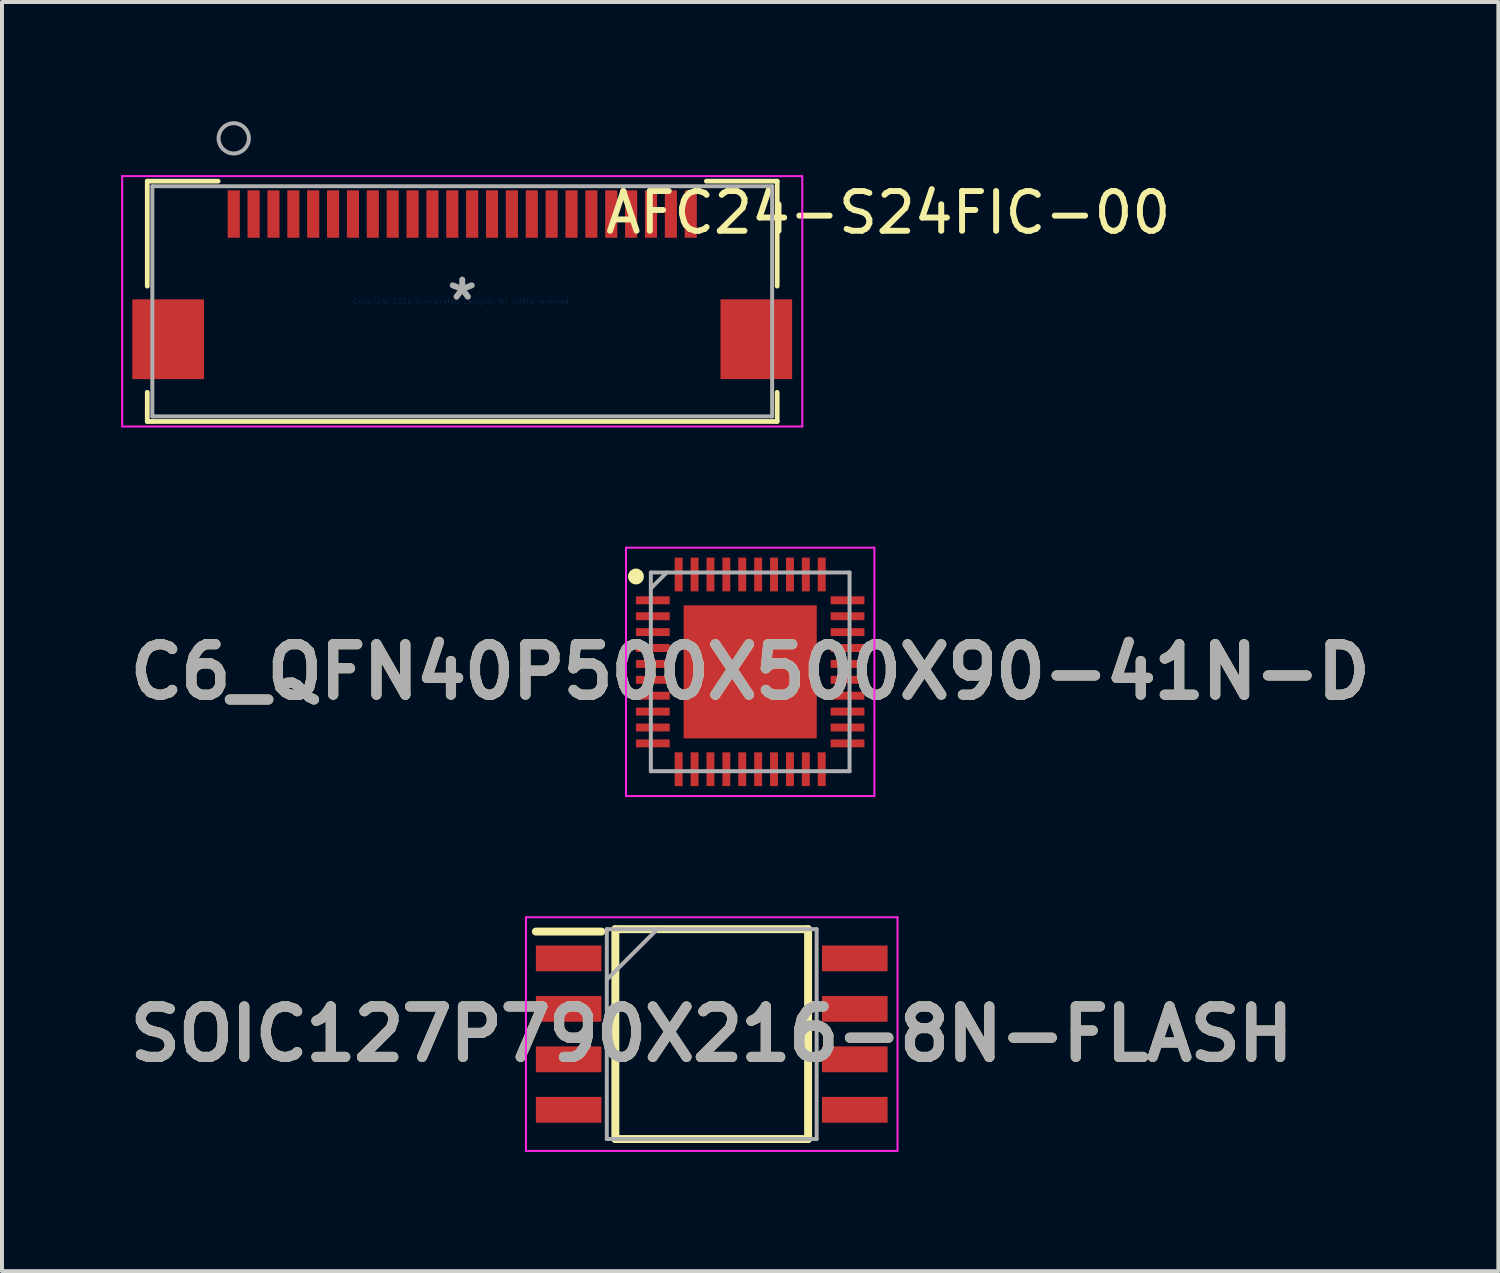
<source format=kicad_pcb>
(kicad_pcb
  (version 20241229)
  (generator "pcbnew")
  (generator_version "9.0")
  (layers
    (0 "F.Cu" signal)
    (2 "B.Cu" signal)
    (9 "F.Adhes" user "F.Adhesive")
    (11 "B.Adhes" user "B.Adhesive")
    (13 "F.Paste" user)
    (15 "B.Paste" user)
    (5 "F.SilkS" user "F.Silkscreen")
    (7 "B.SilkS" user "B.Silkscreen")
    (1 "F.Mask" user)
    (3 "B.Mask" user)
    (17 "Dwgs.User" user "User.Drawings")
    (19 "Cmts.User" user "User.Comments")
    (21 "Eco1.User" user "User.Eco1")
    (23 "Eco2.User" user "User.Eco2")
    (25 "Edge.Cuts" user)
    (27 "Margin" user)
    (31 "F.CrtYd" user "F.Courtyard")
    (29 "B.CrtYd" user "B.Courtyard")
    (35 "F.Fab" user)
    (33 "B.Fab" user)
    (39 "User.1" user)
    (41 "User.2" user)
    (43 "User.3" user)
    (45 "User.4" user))
  (footprint "AFC24-S24FIC-00"
    (layer "F.Cu")
    (at 8.581 4.532)
    (property "Reference" "AFC24-S24FIC-00" (at 10.72 -2.23 180) (layer "F.SilkS") (effects (font (size 1 1) (thickness 0.15))))
    (attr through_hole)
    (fp_line (start -7.925 -3.023) (end -7.925 -0.382) (stroke (width 0.12) (type solid)) (layer "F.SilkS"))
    (fp_line (start -7.925 2.29) (end -7.925 3.023) (stroke (width 0.12) (type solid)) (layer "F.SilkS"))
    (fp_line (start -7.925 3.023) (end 7.925 3.023) (stroke (width 0.12) (type solid)) (layer "F.SilkS"))
    (fp_line (start -6.143 -3.023) (end -7.925 -3.023) (stroke (width 0.12) (type solid)) (layer "F.SilkS"))
    (fp_line (start 7.925 -3.023) (end 6.143 -3.023) (stroke (width 0.12) (type solid)) (layer "F.SilkS"))
    (fp_line (start 7.925 -0.382) (end 7.925 -3.023) (stroke (width 0.12) (type solid)) (layer "F.SilkS"))
    (fp_line (start 7.925 3.023) (end 7.925 2.29) (stroke (width 0.12) (type solid)) (layer "F.SilkS"))
    (fp_line (start -8.556 -3.15) (end -8.556 3.15) (stroke (width 0.05) (type solid)) (layer "F.CrtYd"))
    (fp_line (start -8.556 3.15) (end 8.556 3.15) (stroke (width 0.05) (type solid)) (layer "F.CrtYd"))
    (fp_line (start 8.556 -3.15) (end -8.556 -3.15) (stroke (width 0.05) (type solid)) (layer "F.CrtYd"))
    (fp_line (start 8.556 3.15) (end 8.556 -3.15) (stroke (width 0.05) (type solid)) (layer "F.CrtYd"))
    (fp_line (start -7.798 -2.896) (end -7.798 2.896) (stroke (width 0.1) (type solid)) (layer "F.Fab"))
    (fp_line (start -7.798 2.896) (end 7.798 2.896) (stroke (width 0.1) (type solid)) (layer "F.Fab"))
    (fp_line (start 7.798 -2.896) (end -7.798 -2.896) (stroke (width 0.1) (type solid)) (layer "F.Fab"))
    (fp_line (start 7.798 2.896) (end 7.798 -2.896) (stroke (width 0.1) (type solid)) (layer "F.Fab"))
    (fp_circle (center -5.75 -4.101) (end -5.369 -4.101) (stroke (width 0.1) (type solid)) (fill no) (layer "F.Fab"))
    (fp_text user "Copyright 2021 Accelerated Designs. All rights reserved." (at 0 0 0) (layer "Cmts.User") (effects (font (size 0.127 0.127) (thickness 0.002))))
    (fp_text user "*" (at 0 0 0) (layer "F.Fab") (effects (font (size 1 1) (thickness 0.15))))
    (pad "1" smd rect (at -5.75 -2.196) (size 0.305 1.194) (layers "F.Cu" "F.Mask" "F.Paste"))
    (pad "2" smd rect (at -5.25 -2.196) (size 0.305 1.194) (layers "F.Cu" "F.Mask" "F.Paste"))
    (pad "3" smd rect (at -4.75 -2.196) (size 0.305 1.194) (layers "F.Cu" "F.Mask" "F.Paste"))
    (pad "4" smd rect (at -4.25 -2.196) (size 0.305 1.194) (layers "F.Cu" "F.Mask" "F.Paste"))
    (pad "5" smd rect (at -3.75 -2.196) (size 0.305 1.194) (layers "F.Cu" "F.Mask" "F.Paste"))
    (pad "6" smd rect (at -3.25 -2.196) (size 0.305 1.194) (layers "F.Cu" "F.Mask" "F.Paste"))
    (pad "7" smd rect (at -2.75 -2.196) (size 0.305 1.194) (layers "F.Cu" "F.Mask" "F.Paste"))
    (pad "8" smd rect (at -2.25 -2.196) (size 0.305 1.194) (layers "F.Cu" "F.Mask" "F.Paste"))
    (pad "9" smd rect (at -1.75 -2.196) (size 0.305 1.194) (layers "F.Cu" "F.Mask" "F.Paste"))
    (pad "10" smd rect (at -1.25 -2.196) (size 0.305 1.194) (layers "F.Cu" "F.Mask" "F.Paste"))
    (pad "11" smd rect (at -0.75 -2.196) (size 0.305 1.194) (layers "F.Cu" "F.Mask" "F.Paste"))
    (pad "12" smd rect (at -0.25 -2.196) (size 0.305 1.194) (layers "F.Cu" "F.Mask" "F.Paste"))
    (pad "13" smd rect (at 0.25 -2.196) (size 0.305 1.194) (layers "F.Cu" "F.Mask" "F.Paste"))
    (pad "14" smd rect (at 0.75 -2.196) (size 0.305 1.194) (layers "F.Cu" "F.Mask" "F.Paste"))
    (pad "15" smd rect (at 1.25 -2.196) (size 0.305 1.194) (layers "F.Cu" "F.Mask" "F.Paste"))
    (pad "16" smd rect (at 1.75 -2.196) (size 0.305 1.194) (layers "F.Cu" "F.Mask" "F.Paste"))
    (pad "17" smd rect (at 2.25 -2.196) (size 0.305 1.194) (layers "F.Cu" "F.Mask" "F.Paste"))
    (pad "18" smd rect (at 2.75 -2.196) (size 0.305 1.194) (layers "F.Cu" "F.Mask" "F.Paste"))
    (pad "19" smd rect (at 3.25 -2.196) (size 0.305 1.194) (layers "F.Cu" "F.Mask" "F.Paste"))
    (pad "20" smd rect (at 3.75 -2.196) (size 0.305 1.194) (layers "F.Cu" "F.Mask" "F.Paste"))
    (pad "21" smd rect (at 4.25 -2.196) (size 0.305 1.194) (layers "F.Cu" "F.Mask" "F.Paste"))
    (pad "22" smd rect (at 4.75 -2.196) (size 0.305 1.194) (layers "F.Cu" "F.Mask" "F.Paste"))
    (pad "23" smd rect (at 5.25 -2.196) (size 0.305 1.194) (layers "F.Cu" "F.Mask" "F.Paste"))
    (pad "24" smd rect (at 5.75 -2.196) (size 0.305 1.194) (layers "F.Cu" "F.Mask" "F.Paste"))
    (pad "25" smd rect (at -7.4 0.954) (size 1.803 2.007) (layers "F.Cu" "F.Mask" "F.Paste"))
    (pad "26" smd rect (at 7.4 0.954) (size 1.803 2.007) (layers "F.Cu" "F.Mask" "F.Paste")))
  (footprint "SOIC127P790X216-8N-FLASH"
    (layer "F.Cu")
    (at 14.859 22.971)
    (property "Reference" "SOIC127P790X216-8N-FLASH" (at 0 0 0) (layer "F.SilkS") (effects (font (size 1.27 1.27) (thickness 0.254))))
    (attr smd)
    (fp_line (start -4.425 -2.58) (end -2.775 -2.58) (stroke (width 0.2) (type solid)) (layer "F.SilkS"))
    (fp_line (start -2.425 -2.64) (end 2.425 -2.64) (stroke (width 0.2) (type solid)) (layer "F.SilkS"))
    (fp_line (start -2.425 2.64) (end -2.425 -2.64) (stroke (width 0.2) (type solid)) (layer "F.SilkS"))
    (fp_line (start 2.425 -2.64) (end 2.425 2.64) (stroke (width 0.2) (type solid)) (layer "F.SilkS"))
    (fp_line (start 2.425 2.64) (end -2.425 2.64) (stroke (width 0.2) (type solid)) (layer "F.SilkS"))
    (fp_line (start -4.675 -2.94) (end 4.675 -2.94) (stroke (width 0.05) (type solid)) (layer "F.CrtYd"))
    (fp_line (start -4.675 2.94) (end -4.675 -2.94) (stroke (width 0.05) (type solid)) (layer "F.CrtYd"))
    (fp_line (start 4.675 -2.94) (end 4.675 2.94) (stroke (width 0.05) (type solid)) (layer "F.CrtYd"))
    (fp_line (start 4.675 2.94) (end -4.675 2.94) (stroke (width 0.05) (type solid)) (layer "F.CrtYd"))
    (fp_line (start -2.64 -2.64) (end 2.64 -2.64) (stroke (width 0.1) (type solid)) (layer "F.Fab"))
    (fp_line (start -2.64 -1.37) (end -1.37 -2.64) (stroke (width 0.1) (type solid)) (layer "F.Fab"))
    (fp_line (start -2.64 2.64) (end -2.64 -2.64) (stroke (width 0.1) (type solid)) (layer "F.Fab"))
    (fp_line (start 2.64 -2.64) (end 2.64 2.64) (stroke (width 0.1) (type solid)) (layer "F.Fab"))
    (fp_line (start 2.64 2.64) (end -2.64 2.64) (stroke (width 0.1) (type solid)) (layer "F.Fab"))
    (fp_text user "${REFERENCE}" (at 0 0 0) (layer "F.Fab") (effects (font (size 1.27 1.27) (thickness 0.254))))
    (pad "1" smd rect (at -3.6 -1.905 90) (size 0.65 1.65) (layers "F.Cu" "F.Mask" "F.Paste"))
    (pad "2" smd rect (at -3.6 -0.635 90) (size 0.65 1.65) (layers "F.Cu" "F.Mask" "F.Paste"))
    (pad "3" smd rect (at -3.6 0.635 90) (size 0.65 1.65) (layers "F.Cu" "F.Mask" "F.Paste"))
    (pad "4" smd rect (at -3.6 1.905 90) (size 0.65 1.65) (layers "F.Cu" "F.Mask" "F.Paste"))
    (pad "5" smd rect (at 3.6 1.905 90) (size 0.65 1.65) (layers "F.Cu" "F.Mask" "F.Paste"))
    (pad "6" smd rect (at 3.6 0.635 90) (size 0.65 1.65) (layers "F.Cu" "F.Mask" "F.Paste"))
    (pad "7" smd rect (at 3.6 -0.635 90) (size 0.65 1.65) (layers "F.Cu" "F.Mask" "F.Paste"))
    (pad "8" smd rect (at 3.6 -1.905 90) (size 0.65 1.65) (layers "F.Cu" "F.Mask" "F.Paste")))
  (footprint "C6_QFN40P500X500X90-41N-D"
    (layer "F.Cu")
    (at 15.827 13.856)
    (property "Reference" "C6_QFN40P500X500X90-41N-D" (at 0 0 0) (layer "F.SilkS") (effects (font (size 1.27 1.27) (thickness 0.254))))
    (attr smd)
    (fp_circle (center -2.875 -2.4) (end -2.875 -2.3) (stroke (width 0.2) (type solid)) (fill no) (layer "F.SilkS"))
    (fp_line (start -3.125 -3.125) (end 3.125 -3.125) (stroke (width 0.05) (type solid)) (layer "F.CrtYd"))
    (fp_line (start -3.125 3.125) (end -3.125 -3.125) (stroke (width 0.05) (type solid)) (layer "F.CrtYd"))
    (fp_line (start 3.125 -3.125) (end 3.125 3.125) (stroke (width 0.05) (type solid)) (layer "F.CrtYd"))
    (fp_line (start 3.125 3.125) (end -3.125 3.125) (stroke (width 0.05) (type solid)) (layer "F.CrtYd"))
    (fp_line (start -2.5 -2.5) (end 2.5 -2.5) (stroke (width 0.1) (type solid)) (layer "F.Fab"))
    (fp_line (start -2.5 -2.1) (end -2.1 -2.5) (stroke (width 0.1) (type solid)) (layer "F.Fab"))
    (fp_line (start -2.5 2.5) (end -2.5 -2.5) (stroke (width 0.1) (type solid)) (layer "F.Fab"))
    (fp_line (start 2.5 -2.5) (end 2.5 2.5) (stroke (width 0.1) (type solid)) (layer "F.Fab"))
    (fp_line (start 2.5 2.5) (end -2.5 2.5) (stroke (width 0.1) (type solid)) (layer "F.Fab"))
    (fp_text user "${REFERENCE}" (at 0 0 0) (layer "F.Fab") (effects (font (size 1.27 1.27) (thickness 0.254))))
    (pad "1" smd rect (at -2.45 -1.8 90) (size 0.2 0.85) (layers "F.Cu" "F.Mask" "F.Paste"))
    (pad "2" smd rect (at -2.45 -1.4 90) (size 0.2 0.85) (layers "F.Cu" "F.Mask" "F.Paste"))
    (pad "3" smd rect (at -2.45 -1 90) (size 0.2 0.85) (layers "F.Cu" "F.Mask" "F.Paste"))
    (pad "4" smd rect (at -2.45 -0.6 90) (size 0.2 0.85) (layers "F.Cu" "F.Mask" "F.Paste"))
    (pad "5" smd rect (at -2.45 -0.2 90) (size 0.2 0.85) (layers "F.Cu" "F.Mask" "F.Paste"))
    (pad "6" smd rect (at -2.45 0.2 90) (size 0.2 0.85) (layers "F.Cu" "F.Mask" "F.Paste"))
    (pad "7" smd rect (at -2.45 0.6 90) (size 0.2 0.85) (layers "F.Cu" "F.Mask" "F.Paste"))
    (pad "8" smd rect (at -2.45 1 90) (size 0.2 0.85) (layers "F.Cu" "F.Mask" "F.Paste"))
    (pad "9" smd rect (at -2.45 1.4 90) (size 0.2 0.85) (layers "F.Cu" "F.Mask" "F.Paste"))
    (pad "10" smd rect (at -2.45 1.8 90) (size 0.2 0.85) (layers "F.Cu" "F.Mask" "F.Paste"))
    (pad "11" smd rect (at -1.8 2.45) (size 0.2 0.85) (layers "F.Cu" "F.Mask" "F.Paste"))
    (pad "12" smd rect (at -1.4 2.45) (size 0.2 0.85) (layers "F.Cu" "F.Mask" "F.Paste"))
    (pad "13" smd rect (at -1 2.45) (size 0.2 0.85) (layers "F.Cu" "F.Mask" "F.Paste"))
    (pad "14" smd rect (at -0.6 2.45) (size 0.2 0.85) (layers "F.Cu" "F.Mask" "F.Paste"))
    (pad "15" smd rect (at -0.2 2.45) (size 0.2 0.85) (layers "F.Cu" "F.Mask" "F.Paste"))
    (pad "16" smd rect (at 0.2 2.45) (size 0.2 0.85) (layers "F.Cu" "F.Mask" "F.Paste"))
    (pad "17" smd rect (at 0.6 2.45) (size 0.2 0.85) (layers "F.Cu" "F.Mask" "F.Paste"))
    (pad "18" smd rect (at 1 2.45) (size 0.2 0.85) (layers "F.Cu" "F.Mask" "F.Paste"))
    (pad "19" smd rect (at 1.4 2.45) (size 0.2 0.85) (layers "F.Cu" "F.Mask" "F.Paste"))
    (pad "20" smd rect (at 1.8 2.45) (size 0.2 0.85) (layers "F.Cu" "F.Mask" "F.Paste"))
    (pad "21" smd rect (at 2.45 1.8 90) (size 0.2 0.85) (layers "F.Cu" "F.Mask" "F.Paste"))
    (pad "22" smd rect (at 2.45 1.4 90) (size 0.2 0.85) (layers "F.Cu" "F.Mask" "F.Paste"))
    (pad "23" smd rect (at 2.45 1 90) (size 0.2 0.85) (layers "F.Cu" "F.Mask" "F.Paste"))
    (pad "24" smd rect (at 2.45 0.6 90) (size 0.2 0.85) (layers "F.Cu" "F.Mask" "F.Paste"))
    (pad "25" smd rect (at 2.45 0.2 90) (size 0.2 0.85) (layers "F.Cu" "F.Mask" "F.Paste"))
    (pad "26" smd rect (at 2.45 -0.2 90) (size 0.2 0.85) (layers "F.Cu" "F.Mask" "F.Paste"))
    (pad "27" smd rect (at 2.45 -0.6 90) (size 0.2 0.85) (layers "F.Cu" "F.Mask" "F.Paste"))
    (pad "28" smd rect (at 2.45 -1 90) (size 0.2 0.85) (layers "F.Cu" "F.Mask" "F.Paste"))
    (pad "29" smd rect (at 2.45 -1.4 90) (size 0.2 0.85) (layers "F.Cu" "F.Mask" "F.Paste"))
    (pad "30" smd rect (at 2.45 -1.8 90) (size 0.2 0.85) (layers "F.Cu" "F.Mask" "F.Paste"))
    (pad "31" smd rect (at 1.8 -2.45) (size 0.2 0.85) (layers "F.Cu" "F.Mask" "F.Paste"))
    (pad "32" smd rect (at 1.4 -2.45) (size 0.2 0.85) (layers "F.Cu" "F.Mask" "F.Paste"))
    (pad "33" smd rect (at 1 -2.45) (size 0.2 0.85) (layers "F.Cu" "F.Mask" "F.Paste"))
    (pad "34" smd rect (at 0.6 -2.45) (size 0.2 0.85) (layers "F.Cu" "F.Mask" "F.Paste"))
    (pad "35" smd rect (at 0.2 -2.45) (size 0.2 0.85) (layers "F.Cu" "F.Mask" "F.Paste"))
    (pad "36" smd rect (at -0.2 -2.45) (size 0.2 0.85) (layers "F.Cu" "F.Mask" "F.Paste"))
    (pad "37" smd rect (at -0.6 -2.45) (size 0.2 0.85) (layers "F.Cu" "F.Mask" "F.Paste"))
    (pad "38" smd rect (at -1 -2.45) (size 0.2 0.85) (layers "F.Cu" "F.Mask" "F.Paste"))
    (pad "39" smd rect (at -1.4 -2.45) (size 0.2 0.85) (layers "F.Cu" "F.Mask" "F.Paste"))
    (pad "40" smd rect (at -1.8 -2.45) (size 0.2 0.85) (layers "F.Cu" "F.Mask" "F.Paste"))
    (pad "41" smd rect (at 0 0) (size 3.35 3.35) (layers "F.Cu" "F.Mask" "F.Paste")))
  (gr_rect
    (start -3 -3)
    (end 34.653 28.936)
    (stroke (width 0.1) (type default))
    (fill no)
    (layer "Edge.Cuts")))
</source>
